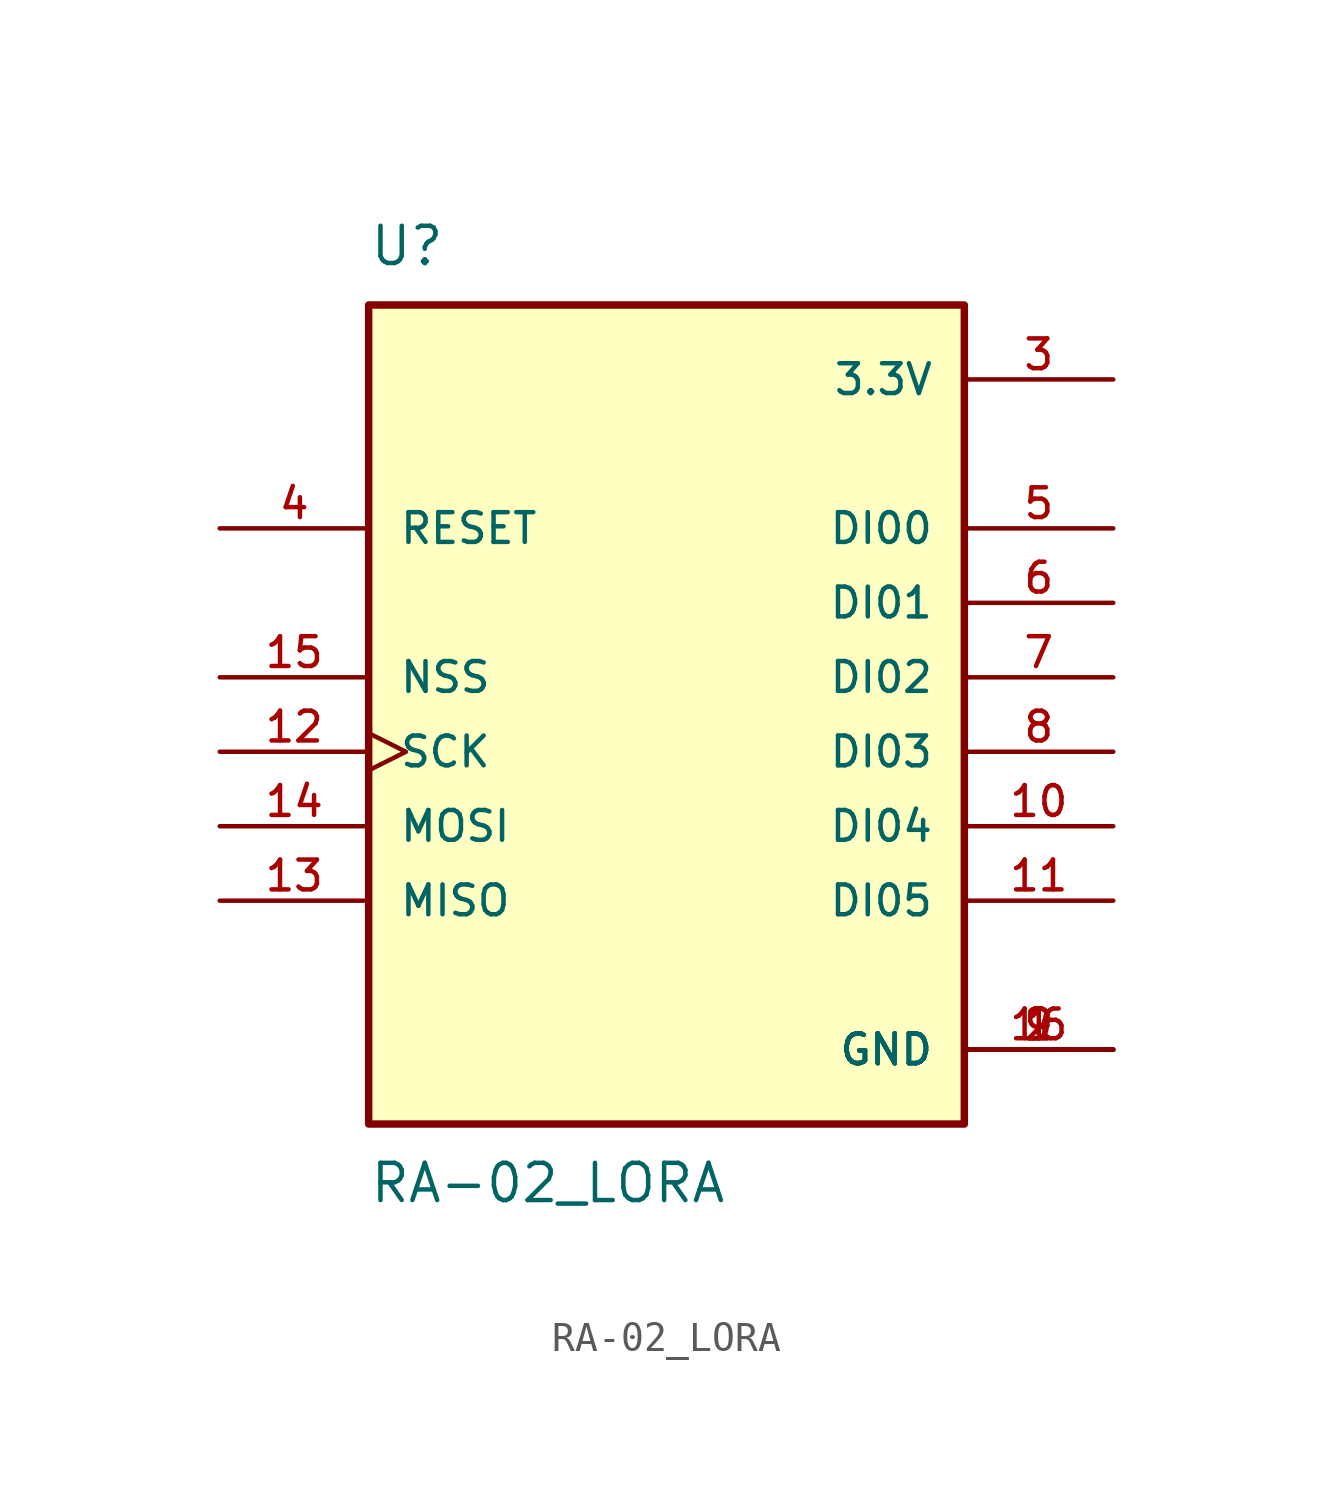
<source format=kicad_sym>
(kicad_symbol_lib
  (version 20211014)
  (generator kicad_symbol_editor)
  (symbol "RA-02_LORA"
    (pin_names
      (offset 1.016))
    (property "Reference" "U"
      (at -10.16 16.51 0)
      (effects (font (size 1.27 1.27)) (justify bottom left)))
    (property "Value" "RA-02_LORA"
      (at -10.16 -13.97 0)
      (effects (font (size 1.27 1.27)) (justify top left)))
    (symbol "RA-02_LORA_0_0"
      (rectangle (start -10.16 -12.7) (end 10.16 15.24) (stroke (width 0.254)) (fill (type background)))
      (pin power_in line (at 15.24 -10.16 180.0) (length 5.08) (name "GND" (effects (font (size 1.016 1.016)))) (number "1" (effects (font (size 1.016 1.016)))))
      (pin power_in line (at 15.24 -10.16 180.0) (length 5.08) (name "GND" (effects (font (size 1.016 1.016)))) (number "2" (effects (font (size 1.016 1.016)))))
      (pin power_in line (at 15.24 -10.16 180.0) (length 5.08) (name "GND" (effects (font (size 1.016 1.016)))) (number "9" (effects (font (size 1.016 1.016)))))
      (pin power_in line (at 15.24 -10.16 180.0) (length 5.08) (name "GND" (effects (font (size 1.016 1.016)))) (number "16" (effects (font (size 1.016 1.016)))))
      (pin power_in line (at 15.24 12.7 180.0) (length 5.08) (name "3.3V" (effects (font (size 1.016 1.016)))) (number "3" (effects (font (size 1.016 1.016)))))
      (pin input line (at -15.24 7.62 0) (length 5.08) (name "RESET" (effects (font (size 1.016 1.016)))) (number "4" (effects (font (size 1.016 1.016)))))
      (pin bidirectional line (at 15.24 7.62 180.0) (length 5.08) (name "DI00" (effects (font (size 1.016 1.016)))) (number "5" (effects (font (size 1.016 1.016)))))
      (pin bidirectional line (at 15.24 5.08 180.0) (length 5.08) (name "DI01" (effects (font (size 1.016 1.016)))) (number "6" (effects (font (size 1.016 1.016)))))
      (pin bidirectional line (at 15.24 2.54 180.0) (length 5.08) (name "DI02" (effects (font (size 1.016 1.016)))) (number "7" (effects (font (size 1.016 1.016)))))
      (pin bidirectional line (at 15.24 0.0 180.0) (length 5.08) (name "DI03" (effects (font (size 1.016 1.016)))) (number "8" (effects (font (size 1.016 1.016)))))
      (pin bidirectional line (at 15.24 -2.54 180.0) (length 5.08) (name "DI04" (effects (font (size 1.016 1.016)))) (number "10" (effects (font (size 1.016 1.016)))))
      (pin bidirectional line (at 15.24 -5.08 180.0) (length 5.08) (name "DI05" (effects (font (size 1.016 1.016)))) (number "11" (effects (font (size 1.016 1.016)))))
      (pin input clock (at -15.24 0.0 0) (length 5.08) (name "SCK" (effects (font (size 1.016 1.016)))) (number "12" (effects (font (size 1.016 1.016)))))
      (pin output line (at -15.24 -5.08 0) (length 5.08) (name "MISO" (effects (font (size 1.016 1.016)))) (number "13" (effects (font (size 1.016 1.016)))))
      (pin input line (at -15.24 -2.54 0) (length 5.08) (name "MOSI" (effects (font (size 1.016 1.016)))) (number "14" (effects (font (size 1.016 1.016)))))
      (pin input line (at -15.24 2.54 0) (length 5.08) (name "NSS" (effects (font (size 1.016 1.016)))) (number "15" (effects (font (size 1.016 1.016))))))))
</source>
